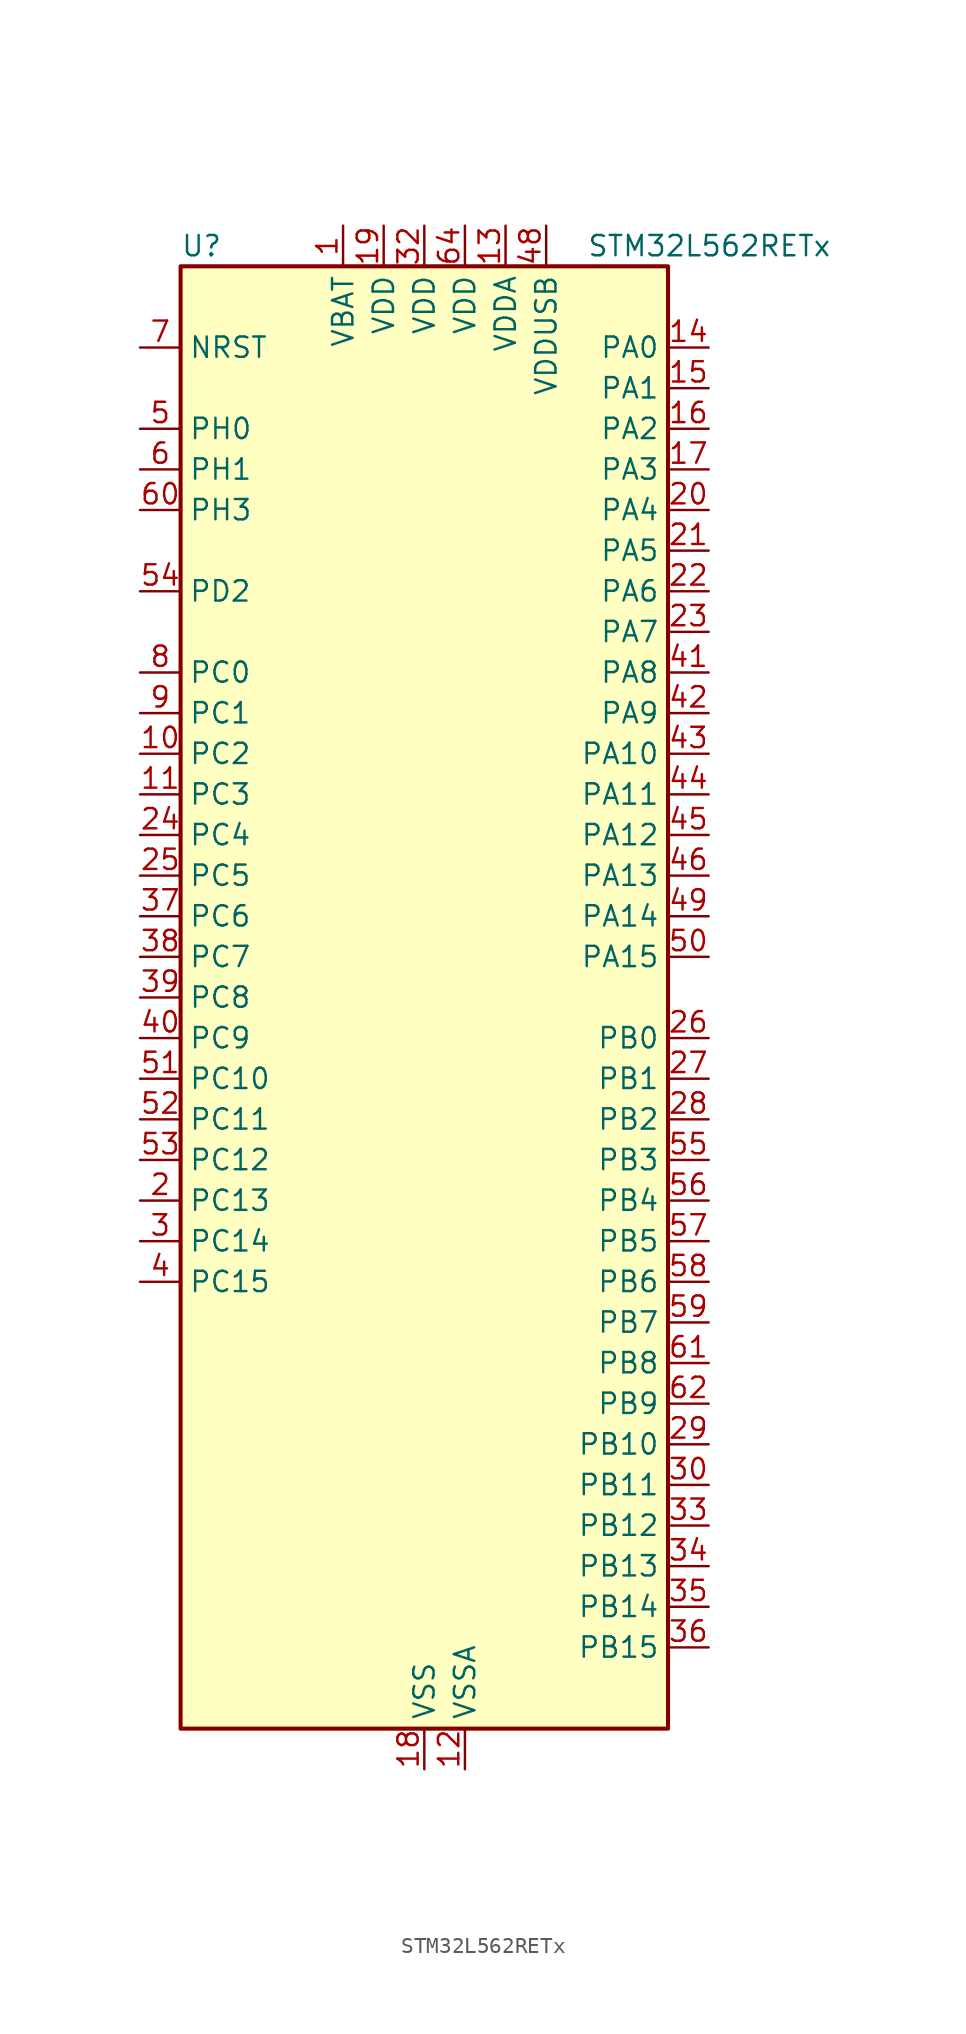
<source format=kicad_sym>
(kicad_symbol_lib
  (version 20241209)
  (generator "kicad_symbol_editor")
  (generator_version "9.0")
  (symbol "STM32L562RETx"
    (property "Reference" "U"
      (at -15.24 46.99 0)
      (effects (font (size 1.27 1.27)) (justify left)))
    (property "Value" "STM32L562RETx"
      (at 10.16 46.99 0)
      (effects (font (size 1.27 1.27)) (justify left)))
    (symbol "STM32L562RETx_0_1"
      (rectangle (start -15.24 -45.72) (end 15.24 45.72) (stroke (width 0.254) (type default)) (fill (type background))))
    (symbol "STM32L562RETx_1_1"
      (pin input line (at -17.78 40.64 0) (length 2.54) (name "NRST" (effects (font (size 1.27 1.27)))) (number "7" (effects (font (size 1.27 1.27)))))
      (pin bidirectional line (at -17.78 35.56 0) (length 2.54) (name "PH0" (effects (font (size 1.27 1.27)))) (number "5" (effects (font (size 1.27 1.27)))) (alternate "RCC_OSC_IN" bidirectional line))
      (pin bidirectional line (at -17.78 33.02 0) (length 2.54) (name "PH1" (effects (font (size 1.27 1.27)))) (number "6" (effects (font (size 1.27 1.27)))) (alternate "RCC_OSC_OUT" bidirectional line))
      (pin bidirectional line (at -17.78 30.48 0) (length 2.54) (name "PH3" (effects (font (size 1.27 1.27)))) (number "60" (effects (font (size 1.27 1.27)))))
      (pin bidirectional line (at -17.78 25.4 0) (length 2.54) (name "PD2" (effects (font (size 1.27 1.27)))) (number "54" (effects (font (size 1.27 1.27)))) (alternate "DEBUG_TRACED2" bidirectional line) (alternate "SDMMC1_CMD" bidirectional line) (alternate "TIM3_ETR" bidirectional line) (alternate "TSC_SYNC" bidirectional line) (alternate "UART5_RX" bidirectional line) (alternate "USART3_DE" bidirectional line) (alternate "USART3_RTS" bidirectional line))
      (pin bidirectional line (at -17.78 20.32 0) (length 2.54) (name "PC0" (effects (font (size 1.27 1.27)))) (number "8" (effects (font (size 1.27 1.27)))) (alternate "ADC1_IN1" bidirectional line) (alternate "ADC2_IN1" bidirectional line) (alternate "I2C3_SCL" bidirectional line) (alternate "LPTIM1_IN1" bidirectional line) (alternate "LPTIM2_IN1" bidirectional line) (alternate "LPUART1_RX" bidirectional line) (alternate "OCTOSPI1_IO7" bidirectional line) (alternate "SAI2_FS_A" bidirectional line) (alternate "SDMMC1_D5" bidirectional line))
      (pin bidirectional line (at -17.78 17.78 0) (length 2.54) (name "PC1" (effects (font (size 1.27 1.27)))) (number "9" (effects (font (size 1.27 1.27)))) (alternate "ADC1_IN2" bidirectional line) (alternate "ADC2_IN2" bidirectional line) (alternate "DEBUG_TRACED0" bidirectional line) (alternate "I2C3_SDA" bidirectional line) (alternate "LPTIM1_OUT" bidirectional line) (alternate "LPUART1_TX" bidirectional line) (alternate "OCTOSPI1_IO4" bidirectional line) (alternate "SAI1_SD_A" bidirectional line) (alternate "SPI2_MOSI" bidirectional line))
      (pin bidirectional line (at -17.78 15.24 0) (length 2.54) (name "PC2" (effects (font (size 1.27 1.27)))) (number "10" (effects (font (size 1.27 1.27)))) (alternate "ADC1_IN3" bidirectional line) (alternate "ADC2_IN3" bidirectional line) (alternate "DFSDM1_CKOUT" bidirectional line) (alternate "LPTIM1_IN2" bidirectional line) (alternate "OCTOSPI1_IO5" bidirectional line) (alternate "SPI2_MISO" bidirectional line))
      (pin bidirectional line (at -17.78 12.7 0) (length 2.54) (name "PC3" (effects (font (size 1.27 1.27)))) (number "11" (effects (font (size 1.27 1.27)))) (alternate "ADC1_IN4" bidirectional line) (alternate "ADC2_IN4" bidirectional line) (alternate "LPTIM1_ETR" bidirectional line) (alternate "LPTIM2_ETR" bidirectional line) (alternate "LPTIM3_OUT" bidirectional line) (alternate "OCTOSPI1_IO6" bidirectional line) (alternate "SAI1_D1" bidirectional line) (alternate "SAI1_SD_A" bidirectional line) (alternate "SPI2_MOSI" bidirectional line))
      (pin bidirectional line (at -17.78 10.16 0) (length 2.54) (name "PC4" (effects (font (size 1.27 1.27)))) (number "24" (effects (font (size 1.27 1.27)))) (alternate "ADC1_IN13" bidirectional line) (alternate "ADC2_IN13" bidirectional line) (alternate "COMP1_INM" bidirectional line) (alternate "OCTOSPI1_IO7" bidirectional line) (alternate "USART3_TX" bidirectional line))
      (pin bidirectional line (at -17.78 7.62 0) (length 2.54) (name "PC5" (effects (font (size 1.27 1.27)))) (number "25" (effects (font (size 1.27 1.27)))) (alternate "ADC1_IN14" bidirectional line) (alternate "ADC2_IN14" bidirectional line) (alternate "COMP1_INP" bidirectional line) (alternate "PWR_WKUP5" bidirectional line) (alternate "SAI1_D3" bidirectional line) (alternate "TAMP_IN4" bidirectional line) (alternate "TAMP_OUT5" bidirectional line) (alternate "USART3_RX" bidirectional line))
      (pin bidirectional line (at -17.78 5.08 0) (length 2.54) (name "PC6" (effects (font (size 1.27 1.27)))) (number "37" (effects (font (size 1.27 1.27)))) (alternate "DFSDM1_CKIN3" bidirectional line) (alternate "SAI2_MCLK_A" bidirectional line) (alternate "SDMMC1_D0DIR" bidirectional line) (alternate "SDMMC1_D6" bidirectional line) (alternate "TIM3_CH1" bidirectional line) (alternate "TIM8_CH1" bidirectional line) (alternate "TSC_G4_IO1" bidirectional line))
      (pin bidirectional line (at -17.78 2.54 0) (length 2.54) (name "PC7" (effects (font (size 1.27 1.27)))) (number "38" (effects (font (size 1.27 1.27)))) (alternate "DFSDM1_DATIN3" bidirectional line) (alternate "SAI2_MCLK_B" bidirectional line) (alternate "SDMMC1_D123DIR" bidirectional line) (alternate "SDMMC1_D7" bidirectional line) (alternate "TIM3_CH2" bidirectional line) (alternate "TIM8_CH2" bidirectional line) (alternate "TSC_G4_IO2" bidirectional line))
      (pin bidirectional line (at -17.78 0 0) (length 2.54) (name "PC8" (effects (font (size 1.27 1.27)))) (number "39" (effects (font (size 1.27 1.27)))) (alternate "SDMMC1_D0" bidirectional line) (alternate "TIM3_CH3" bidirectional line) (alternate "TIM8_CH3" bidirectional line) (alternate "TSC_G4_IO3" bidirectional line))
      (pin bidirectional line (at -17.78 -2.54 0) (length 2.54) (name "PC9" (effects (font (size 1.27 1.27)))) (number "40" (effects (font (size 1.27 1.27)))) (alternate "DAC1_EXTI9" bidirectional line) (alternate "DEBUG_TRACED0" bidirectional line) (alternate "SAI2_EXTCLK" bidirectional line) (alternate "SDMMC1_D1" bidirectional line) (alternate "TIM3_CH4" bidirectional line) (alternate "TIM8_BKIN2" bidirectional line) (alternate "TIM8_CH4" bidirectional line) (alternate "TSC_G4_IO4" bidirectional line) (alternate "USB_NOE" bidirectional line))
      (pin bidirectional line (at -17.78 -5.08 0) (length 2.54) (name "PC10" (effects (font (size 1.27 1.27)))) (number "51" (effects (font (size 1.27 1.27)))) (alternate "DEBUG_TRACED1" bidirectional line) (alternate "LPTIM3_ETR" bidirectional line) (alternate "SAI2_SCK_B" bidirectional line) (alternate "SDMMC1_D2" bidirectional line) (alternate "SPI3_SCK" bidirectional line) (alternate "TSC_G3_IO2" bidirectional line) (alternate "UART4_TX" bidirectional line) (alternate "USART3_TX" bidirectional line))
      (pin bidirectional line (at -17.78 -7.62 0) (length 2.54) (name "PC11" (effects (font (size 1.27 1.27)))) (number "52" (effects (font (size 1.27 1.27)))) (alternate "ADC1_EXTI11" bidirectional line) (alternate "ADC2_EXTI11" bidirectional line) (alternate "LPTIM3_IN1" bidirectional line) (alternate "OCTOSPI1_NCS" bidirectional line) (alternate "SAI2_MCLK_B" bidirectional line) (alternate "SDMMC1_D3" bidirectional line) (alternate "SPI3_MISO" bidirectional line) (alternate "TSC_G3_IO3" bidirectional line) (alternate "UART4_RX" bidirectional line) (alternate "UCPD1_FRSTX2" bidirectional line) (alternate "USART3_RX" bidirectional line))
      (pin bidirectional line (at -17.78 -10.16 0) (length 2.54) (name "PC12" (effects (font (size 1.27 1.27)))) (number "53" (effects (font (size 1.27 1.27)))) (alternate "DEBUG_TRACED3" bidirectional line) (alternate "SAI2_SD_B" bidirectional line) (alternate "SDMMC1_CK" bidirectional line) (alternate "SPI3_MOSI" bidirectional line) (alternate "TSC_G3_IO4" bidirectional line) (alternate "UART5_TX" bidirectional line) (alternate "USART3_CK" bidirectional line))
      (pin bidirectional line (at -17.78 -12.7 0) (length 2.54) (name "PC13" (effects (font (size 1.27 1.27)))) (number "2" (effects (font (size 1.27 1.27)))) (alternate "PWR_WKUP2" bidirectional line) (alternate "RTC_OUT1" bidirectional line) (alternate "RTC_TS" bidirectional line) (alternate "TAMP_IN1" bidirectional line) (alternate "TAMP_OUT2" bidirectional line))
      (pin bidirectional line (at -17.78 -15.24 0) (length 2.54) (name "PC14" (effects (font (size 1.27 1.27)))) (number "3" (effects (font (size 1.27 1.27)))) (alternate "RCC_OSC32_IN" bidirectional line))
      (pin bidirectional line (at -17.78 -17.78 0) (length 2.54) (name "PC15" (effects (font (size 1.27 1.27)))) (number "4" (effects (font (size 1.27 1.27)))) (alternate "ADC1_EXTI15" bidirectional line) (alternate "ADC2_EXTI15" bidirectional line) (alternate "RCC_OSC32_OUT" bidirectional line))
      (pin power_in line (at -5.08 48.26 270) (length 2.54) (name "VBAT" (effects (font (size 1.27 1.27)))) (number "1" (effects (font (size 1.27 1.27)))))
      (pin power_in line (at -2.54 48.26 270) (length 2.54) (name "VDD" (effects (font (size 1.27 1.27)))) (number "19" (effects (font (size 1.27 1.27)))))
      (pin power_in line (at 0 48.26 270) (length 2.54) (name "VDD" (effects (font (size 1.27 1.27)))) (number "32" (effects (font (size 1.27 1.27)))))
      (pin power_in line (at 0 -48.26 90) (length 2.54) (name "VSS" (effects (font (size 1.27 1.27)))) (number "18" (effects (font (size 1.27 1.27)))))
      (pin passive line (at 0 -48.26 90) (length 2.54) (hide yes) (name "VSS" (effects (font (size 1.27 1.27)))) (number "31" (effects (font (size 1.27 1.27)))))
      (pin passive line (at 0 -48.26 90) (length 2.54) (hide yes) (name "VSS" (effects (font (size 1.27 1.27)))) (number "47" (effects (font (size 1.27 1.27)))))
      (pin passive line (at 0 -48.26 90) (length 2.54) (hide yes) (name "VSS" (effects (font (size 1.27 1.27)))) (number "63" (effects (font (size 1.27 1.27)))))
      (pin power_in line (at 2.54 48.26 270) (length 2.54) (name "VDD" (effects (font (size 1.27 1.27)))) (number "64" (effects (font (size 1.27 1.27)))))
      (pin power_in line (at 2.54 -48.26 90) (length 2.54) (name "VSSA" (effects (font (size 1.27 1.27)))) (number "12" (effects (font (size 1.27 1.27)))))
      (pin power_in line (at 5.08 48.26 270) (length 2.54) (name "VDDA" (effects (font (size 1.27 1.27)))) (number "13" (effects (font (size 1.27 1.27)))))
      (pin power_in line (at 7.62 48.26 270) (length 2.54) (name "VDDUSB" (effects (font (size 1.27 1.27)))) (number "48" (effects (font (size 1.27 1.27)))))
      (pin bidirectional line (at 17.78 40.64 180) (length 2.54) (name "PA0" (effects (font (size 1.27 1.27)))) (number "14" (effects (font (size 1.27 1.27)))) (alternate "ADC1_IN5" bidirectional line) (alternate "ADC2_IN5" bidirectional line) (alternate "OPAMP1_VINP" bidirectional line) (alternate "PWR_WKUP1" bidirectional line) (alternate "SAI1_EXTCLK" bidirectional line) (alternate "TAMP_IN2" bidirectional line) (alternate "TAMP_OUT1" bidirectional line) (alternate "TIM2_CH1" bidirectional line) (alternate "TIM2_ETR" bidirectional line) (alternate "TIM5_CH1" bidirectional line) (alternate "TIM8_ETR" bidirectional line) (alternate "UART4_TX" bidirectional line) (alternate "USART2_CTS" bidirectional line) (alternate "USART2_NSS" bidirectional line))
      (pin bidirectional line (at 17.78 38.1 180) (length 2.54) (name "PA1" (effects (font (size 1.27 1.27)))) (number "15" (effects (font (size 1.27 1.27)))) (alternate "ADC1_IN6" bidirectional line) (alternate "ADC2_IN6" bidirectional line) (alternate "I2C1_SMBA" bidirectional line) (alternate "OCTOSPI1_DQS" bidirectional line) (alternate "OPAMP1_VINM" bidirectional line) (alternate "SPI1_SCK" bidirectional line) (alternate "TAMP_IN5" bidirectional line) (alternate "TAMP_OUT4" bidirectional line) (alternate "TIM15_CH1N" bidirectional line) (alternate "TIM2_CH2" bidirectional line) (alternate "TIM5_CH2" bidirectional line) (alternate "UART4_RX" bidirectional line) (alternate "USART2_DE" bidirectional line) (alternate "USART2_RTS" bidirectional line))
      (pin bidirectional line (at 17.78 35.56 180) (length 2.54) (name "PA2" (effects (font (size 1.27 1.27)))) (number "16" (effects (font (size 1.27 1.27)))) (alternate "ADC1_IN7" bidirectional line) (alternate "ADC2_IN7" bidirectional line) (alternate "COMP1_INP" bidirectional line) (alternate "LPUART1_TX" bidirectional line) (alternate "OCTOSPI1_NCS" bidirectional line) (alternate "PWR_WKUP4" bidirectional line) (alternate "RCC_LSCO" bidirectional line) (alternate "SAI2_EXTCLK" bidirectional line) (alternate "TIM15_CH1" bidirectional line) (alternate "TIM2_CH3" bidirectional line) (alternate "TIM5_CH3" bidirectional line) (alternate "UCPD1_FRSTX1" bidirectional line) (alternate "USART2_TX" bidirectional line))
      (pin bidirectional line (at 17.78 33.02 180) (length 2.54) (name "PA3" (effects (font (size 1.27 1.27)))) (number "17" (effects (font (size 1.27 1.27)))) (alternate "ADC1_IN8" bidirectional line) (alternate "ADC2_IN8" bidirectional line) (alternate "LPUART1_RX" bidirectional line) (alternate "OCTOSPI1_CLK" bidirectional line) (alternate "OPAMP1_VOUT" bidirectional line) (alternate "SAI1_CK1" bidirectional line) (alternate "SAI1_MCLK_A" bidirectional line) (alternate "TIM15_CH2" bidirectional line) (alternate "TIM2_CH4" bidirectional line) (alternate "TIM5_CH4" bidirectional line) (alternate "USART2_RX" bidirectional line))
      (pin bidirectional line (at 17.78 30.48 180) (length 2.54) (name "PA4" (effects (font (size 1.27 1.27)))) (number "20" (effects (font (size 1.27 1.27)))) (alternate "ADC1_IN9" bidirectional line) (alternate "ADC2_IN9" bidirectional line) (alternate "DAC1_OUT1" bidirectional line) (alternate "LPTIM2_OUT" bidirectional line) (alternate "OCTOSPI1_NCS" bidirectional line) (alternate "SAI1_FS_B" bidirectional line) (alternate "SPI1_NSS" bidirectional line) (alternate "SPI3_NSS" bidirectional line) (alternate "USART2_CK" bidirectional line))
      (pin bidirectional line (at 17.78 27.94 180) (length 2.54) (name "PA5" (effects (font (size 1.27 1.27)))) (number "21" (effects (font (size 1.27 1.27)))) (alternate "ADC1_IN10" bidirectional line) (alternate "ADC2_IN10" bidirectional line) (alternate "DAC1_OUT2" bidirectional line) (alternate "LPTIM2_ETR" bidirectional line) (alternate "SPI1_SCK" bidirectional line) (alternate "TIM2_CH1" bidirectional line) (alternate "TIM2_ETR" bidirectional line) (alternate "TIM8_CH1N" bidirectional line))
      (pin bidirectional line (at 17.78 25.4 180) (length 2.54) (name "PA6" (effects (font (size 1.27 1.27)))) (number "22" (effects (font (size 1.27 1.27)))) (alternate "ADC1_IN11" bidirectional line) (alternate "ADC2_IN11" bidirectional line) (alternate "LPUART1_CTS" bidirectional line) (alternate "OCTOSPI1_IO3" bidirectional line) (alternate "OPAMP2_VINP" bidirectional line) (alternate "SPI1_MISO" bidirectional line) (alternate "TIM16_CH1" bidirectional line) (alternate "TIM1_BKIN" bidirectional line) (alternate "TIM3_CH1" bidirectional line) (alternate "TIM8_BKIN" bidirectional line) (alternate "USART3_CTS" bidirectional line) (alternate "USART3_NSS" bidirectional line))
      (pin bidirectional line (at 17.78 22.86 180) (length 2.54) (name "PA7" (effects (font (size 1.27 1.27)))) (number "23" (effects (font (size 1.27 1.27)))) (alternate "ADC1_IN12" bidirectional line) (alternate "ADC2_IN12" bidirectional line) (alternate "I2C3_SCL" bidirectional line) (alternate "OCTOSPI1_IO2" bidirectional line) (alternate "OPAMP2_VINM" bidirectional line) (alternate "SPI1_MOSI" bidirectional line) (alternate "TIM17_CH1" bidirectional line) (alternate "TIM1_CH1N" bidirectional line) (alternate "TIM3_CH2" bidirectional line) (alternate "TIM8_CH1N" bidirectional line))
      (pin bidirectional line (at 17.78 20.32 180) (length 2.54) (name "PA8" (effects (font (size 1.27 1.27)))) (number "41" (effects (font (size 1.27 1.27)))) (alternate "LPTIM2_OUT" bidirectional line) (alternate "RCC_MCO" bidirectional line) (alternate "SAI1_CK2" bidirectional line) (alternate "SAI1_SCK_A" bidirectional line) (alternate "TIM1_CH1" bidirectional line) (alternate "USART1_CK" bidirectional line))
      (pin bidirectional line (at 17.78 17.78 180) (length 2.54) (name "PA9" (effects (font (size 1.27 1.27)))) (number "42" (effects (font (size 1.27 1.27)))) (alternate "DAC1_EXTI9" bidirectional line) (alternate "SAI1_FS_A" bidirectional line) (alternate "SPI2_SCK" bidirectional line) (alternate "TIM15_BKIN" bidirectional line) (alternate "TIM1_CH2" bidirectional line) (alternate "USART1_TX" bidirectional line))
      (pin bidirectional line (at 17.78 15.24 180) (length 2.54) (name "PA10" (effects (font (size 1.27 1.27)))) (number "43" (effects (font (size 1.27 1.27)))) (alternate "CRS_SYNC" bidirectional line) (alternate "SAI1_D1" bidirectional line) (alternate "SAI1_SD_A" bidirectional line) (alternate "TIM17_BKIN" bidirectional line) (alternate "TIM1_CH3" bidirectional line) (alternate "USART1_RX" bidirectional line))
      (pin bidirectional line (at 17.78 12.7 180) (length 2.54) (name "PA11" (effects (font (size 1.27 1.27)))) (number "44" (effects (font (size 1.27 1.27)))) (alternate "ADC1_EXTI11" bidirectional line) (alternate "ADC2_EXTI11" bidirectional line) (alternate "FDCAN1_RX" bidirectional line) (alternate "SPI1_MISO" bidirectional line) (alternate "TIM1_BKIN2" bidirectional line) (alternate "TIM1_CH4" bidirectional line) (alternate "USART1_CTS" bidirectional line) (alternate "USART1_NSS" bidirectional line) (alternate "USB_DM" bidirectional line))
      (pin bidirectional line (at 17.78 10.16 180) (length 2.54) (name "PA12" (effects (font (size 1.27 1.27)))) (number "45" (effects (font (size 1.27 1.27)))) (alternate "FDCAN1_TX" bidirectional line) (alternate "SPI1_MOSI" bidirectional line) (alternate "TIM1_ETR" bidirectional line) (alternate "USART1_DE" bidirectional line) (alternate "USART1_RTS" bidirectional line) (alternate "USB_DP" bidirectional line))
      (pin bidirectional line (at 17.78 7.62 180) (length 2.54) (name "PA13" (effects (font (size 1.27 1.27)))) (number "46" (effects (font (size 1.27 1.27)))) (alternate "DEBUG_JTMS-SWDIO" bidirectional line) (alternate "IR_OUT" bidirectional line) (alternate "SAI1_SD_B" bidirectional line) (alternate "USB_NOE" bidirectional line))
      (pin bidirectional line (at 17.78 5.08 180) (length 2.54) (name "PA14" (effects (font (size 1.27 1.27)))) (number "49" (effects (font (size 1.27 1.27)))) (alternate "DEBUG_JTCK-SWCLK" bidirectional line) (alternate "I2C1_SMBA" bidirectional line) (alternate "I2C4_SMBA" bidirectional line) (alternate "LPTIM1_OUT" bidirectional line) (alternate "SAI1_FS_B" bidirectional line))
      (pin bidirectional line (at 17.78 2.54 180) (length 2.54) (name "PA15" (effects (font (size 1.27 1.27)))) (number "50" (effects (font (size 1.27 1.27)))) (alternate "ADC1_EXTI15" bidirectional line) (alternate "ADC2_EXTI15" bidirectional line) (alternate "DEBUG_JTDI" bidirectional line) (alternate "SAI2_FS_B" bidirectional line) (alternate "SPI1_NSS" bidirectional line) (alternate "SPI3_NSS" bidirectional line) (alternate "TIM2_CH1" bidirectional line) (alternate "TIM2_ETR" bidirectional line) (alternate "UART4_DE" bidirectional line) (alternate "UART4_RTS" bidirectional line) (alternate "UCPD1_CC1" bidirectional line) (alternate "USART2_RX" bidirectional line) (alternate "USART3_DE" bidirectional line) (alternate "USART3_RTS" bidirectional line))
      (pin bidirectional line (at 17.78 -2.54 180) (length 2.54) (name "PB0" (effects (font (size 1.27 1.27)))) (number "26" (effects (font (size 1.27 1.27)))) (alternate "ADC1_IN15" bidirectional line) (alternate "ADC2_IN15" bidirectional line) (alternate "COMP1_OUT" bidirectional line) (alternate "OCTOSPI1_IO1" bidirectional line) (alternate "OPAMP2_VOUT" bidirectional line) (alternate "SAI1_EXTCLK" bidirectional line) (alternate "SPI1_NSS" bidirectional line) (alternate "TIM1_CH2N" bidirectional line) (alternate "TIM3_CH3" bidirectional line) (alternate "TIM8_CH2N" bidirectional line) (alternate "USART3_CK" bidirectional line))
      (pin bidirectional line (at 17.78 -5.08 180) (length 2.54) (name "PB1" (effects (font (size 1.27 1.27)))) (number "27" (effects (font (size 1.27 1.27)))) (alternate "ADC1_IN16" bidirectional line) (alternate "ADC2_IN16" bidirectional line) (alternate "COMP1_INM" bidirectional line) (alternate "DFSDM1_DATIN0" bidirectional line) (alternate "LPTIM2_IN1" bidirectional line) (alternate "LPUART1_DE" bidirectional line) (alternate "LPUART1_RTS" bidirectional line) (alternate "OCTOSPI1_IO0" bidirectional line) (alternate "TIM1_CH3N" bidirectional line) (alternate "TIM3_CH4" bidirectional line) (alternate "TIM8_CH3N" bidirectional line) (alternate "USART3_DE" bidirectional line) (alternate "USART3_RTS" bidirectional line))
      (pin bidirectional line (at 17.78 -7.62 180) (length 2.54) (name "PB2" (effects (font (size 1.27 1.27)))) (number "28" (effects (font (size 1.27 1.27)))) (alternate "COMP1_INP" bidirectional line) (alternate "DFSDM1_CKIN0" bidirectional line) (alternate "I2C3_SMBA" bidirectional line) (alternate "LPTIM1_OUT" bidirectional line) (alternate "OCTOSPI1_DQS" bidirectional line) (alternate "RTC_OUT2" bidirectional line) (alternate "UCPD1_FRSTX1" bidirectional line))
      (pin bidirectional line (at 17.78 -10.16 180) (length 2.54) (name "PB3" (effects (font (size 1.27 1.27)))) (number "55" (effects (font (size 1.27 1.27)))) (alternate "COMP2_INM" bidirectional line) (alternate "CRS_SYNC" bidirectional line) (alternate "DEBUG_JTDO-SWO" bidirectional line) (alternate "SAI1_SCK_B" bidirectional line) (alternate "SPI1_SCK" bidirectional line) (alternate "SPI3_SCK" bidirectional line) (alternate "TIM2_CH2" bidirectional line) (alternate "USART1_DE" bidirectional line) (alternate "USART1_RTS" bidirectional line))
      (pin bidirectional line (at 17.78 -12.7 180) (length 2.54) (name "PB4" (effects (font (size 1.27 1.27)))) (number "56" (effects (font (size 1.27 1.27)))) (alternate "COMP2_INP" bidirectional line) (alternate "DEBUG_JTRST" bidirectional line) (alternate "I2C3_SDA" bidirectional line) (alternate "SAI1_MCLK_B" bidirectional line) (alternate "SPI1_MISO" bidirectional line) (alternate "SPI3_MISO" bidirectional line) (alternate "TIM17_BKIN" bidirectional line) (alternate "TIM3_CH1" bidirectional line) (alternate "TSC_G2_IO1" bidirectional line) (alternate "UART5_DE" bidirectional line) (alternate "UART5_RTS" bidirectional line) (alternate "USART1_CTS" bidirectional line) (alternate "USART1_NSS" bidirectional line))
      (pin bidirectional line (at 17.78 -15.24 180) (length 2.54) (name "PB5" (effects (font (size 1.27 1.27)))) (number "57" (effects (font (size 1.27 1.27)))) (alternate "COMP2_OUT" bidirectional line) (alternate "I2C1_SMBA" bidirectional line) (alternate "LPTIM1_IN1" bidirectional line) (alternate "OCTOSPI1_NCLK" bidirectional line) (alternate "SAI1_SD_B" bidirectional line) (alternate "SPI1_MOSI" bidirectional line) (alternate "SPI3_MOSI" bidirectional line) (alternate "TIM16_BKIN" bidirectional line) (alternate "TIM3_CH2" bidirectional line) (alternate "TSC_G2_IO2" bidirectional line) (alternate "UART5_CTS" bidirectional line) (alternate "UCPD1_DBCC1" bidirectional line) (alternate "USART1_CK" bidirectional line))
      (pin bidirectional line (at 17.78 -17.78 180) (length 2.54) (name "PB6" (effects (font (size 1.27 1.27)))) (number "58" (effects (font (size 1.27 1.27)))) (alternate "COMP2_INP" bidirectional line) (alternate "I2C1_SCL" bidirectional line) (alternate "I2C4_SCL" bidirectional line) (alternate "LPTIM1_ETR" bidirectional line) (alternate "SAI1_FS_B" bidirectional line) (alternate "TIM16_CH1N" bidirectional line) (alternate "TIM4_CH1" bidirectional line) (alternate "TIM8_BKIN2" bidirectional line) (alternate "TSC_G2_IO3" bidirectional line) (alternate "USART1_TX" bidirectional line))
      (pin bidirectional line (at 17.78 -20.32 180) (length 2.54) (name "PB7" (effects (font (size 1.27 1.27)))) (number "59" (effects (font (size 1.27 1.27)))) (alternate "COMP2_INM" bidirectional line) (alternate "I2C1_SDA" bidirectional line) (alternate "I2C4_SDA" bidirectional line) (alternate "LPTIM1_IN2" bidirectional line) (alternate "PWR_PVD_IN" bidirectional line) (alternate "TIM17_CH1N" bidirectional line) (alternate "TIM4_CH2" bidirectional line) (alternate "TIM8_BKIN" bidirectional line) (alternate "TSC_G2_IO4" bidirectional line) (alternate "UART4_CTS" bidirectional line) (alternate "USART1_RX" bidirectional line))
      (pin bidirectional line (at 17.78 -22.86 180) (length 2.54) (name "PB8" (effects (font (size 1.27 1.27)))) (number "61" (effects (font (size 1.27 1.27)))) (alternate "DFSDM1_CKOUT" bidirectional line) (alternate "FDCAN1_RX" bidirectional line) (alternate "I2C1_SCL" bidirectional line) (alternate "SAI1_CK1" bidirectional line) (alternate "SAI1_MCLK_A" bidirectional line) (alternate "SDMMC1_CKIN" bidirectional line) (alternate "SDMMC1_D4" bidirectional line) (alternate "TIM16_CH1" bidirectional line) (alternate "TIM4_CH3" bidirectional line))
      (pin bidirectional line (at 17.78 -25.4 180) (length 2.54) (name "PB9" (effects (font (size 1.27 1.27)))) (number "62" (effects (font (size 1.27 1.27)))) (alternate "DAC1_EXTI9" bidirectional line) (alternate "FDCAN1_TX" bidirectional line) (alternate "I2C1_SDA" bidirectional line) (alternate "IR_OUT" bidirectional line) (alternate "SAI1_D2" bidirectional line) (alternate "SAI1_FS_A" bidirectional line) (alternate "SDMMC1_CDIR" bidirectional line) (alternate "SDMMC1_D5" bidirectional line) (alternate "SPI2_NSS" bidirectional line) (alternate "TIM17_CH1" bidirectional line) (alternate "TIM4_CH4" bidirectional line))
      (pin bidirectional line (at 17.78 -27.94 180) (length 2.54) (name "PB10" (effects (font (size 1.27 1.27)))) (number "29" (effects (font (size 1.27 1.27)))) (alternate "COMP1_OUT" bidirectional line) (alternate "I2C2_SCL" bidirectional line) (alternate "I2C4_SCL" bidirectional line) (alternate "LPTIM3_OUT" bidirectional line) (alternate "LPUART1_RX" bidirectional line) (alternate "OCTOSPI1_CLK" bidirectional line) (alternate "SAI1_SCK_A" bidirectional line) (alternate "SPI2_SCK" bidirectional line) (alternate "TIM2_CH3" bidirectional line) (alternate "TSC_SYNC" bidirectional line) (alternate "USART3_TX" bidirectional line))
      (pin bidirectional line (at 17.78 -30.48 180) (length 2.54) (name "PB11" (effects (font (size 1.27 1.27)))) (number "30" (effects (font (size 1.27 1.27)))) (alternate "ADC1_EXTI11" bidirectional line) (alternate "ADC2_EXTI11" bidirectional line) (alternate "COMP2_OUT" bidirectional line) (alternate "I2C2_SDA" bidirectional line) (alternate "I2C4_SDA" bidirectional line) (alternate "LPUART1_TX" bidirectional line) (alternate "OCTOSPI1_NCS" bidirectional line) (alternate "TIM2_CH4" bidirectional line) (alternate "USART3_RX" bidirectional line))
      (pin bidirectional line (at 17.78 -33.02 180) (length 2.54) (name "PB12" (effects (font (size 1.27 1.27)))) (number "33" (effects (font (size 1.27 1.27)))) (alternate "DFSDM1_DATIN1" bidirectional line) (alternate "I2C2_SMBA" bidirectional line) (alternate "LPUART1_DE" bidirectional line) (alternate "LPUART1_RTS" bidirectional line) (alternate "OCTOSPI1_NCLK" bidirectional line) (alternate "SAI2_FS_A" bidirectional line) (alternate "SPI2_NSS" bidirectional line) (alternate "TIM15_BKIN" bidirectional line) (alternate "TIM1_BKIN" bidirectional line) (alternate "TSC_G1_IO1" bidirectional line) (alternate "USART3_CK" bidirectional line))
      (pin bidirectional line (at 17.78 -35.56 180) (length 2.54) (name "PB13" (effects (font (size 1.27 1.27)))) (number "34" (effects (font (size 1.27 1.27)))) (alternate "DFSDM1_CKIN1" bidirectional line) (alternate "I2C2_SCL" bidirectional line) (alternate "LPTIM3_IN1" bidirectional line) (alternate "LPUART1_CTS" bidirectional line) (alternate "SAI2_SCK_A" bidirectional line) (alternate "SPI2_SCK" bidirectional line) (alternate "TIM15_CH1N" bidirectional line) (alternate "TIM1_CH1N" bidirectional line) (alternate "TSC_G1_IO2" bidirectional line) (alternate "UCPD1_FRSTX2" bidirectional line) (alternate "USART3_CTS" bidirectional line) (alternate "USART3_NSS" bidirectional line))
      (pin bidirectional line (at 17.78 -38.1 180) (length 2.54) (name "PB14" (effects (font (size 1.27 1.27)))) (number "35" (effects (font (size 1.27 1.27)))) (alternate "DFSDM1_DATIN2" bidirectional line) (alternate "I2C2_SDA" bidirectional line) (alternate "LPTIM3_ETR" bidirectional line) (alternate "SAI2_MCLK_A" bidirectional line) (alternate "SPI2_MISO" bidirectional line) (alternate "TIM15_CH1" bidirectional line) (alternate "TIM1_CH2N" bidirectional line) (alternate "TIM8_CH2N" bidirectional line) (alternate "TSC_G1_IO3" bidirectional line) (alternate "UCPD1_DBCC2" bidirectional line) (alternate "USART3_DE" bidirectional line) (alternate "USART3_RTS" bidirectional line))
      (pin bidirectional line (at 17.78 -40.64 180) (length 2.54) (name "PB15" (effects (font (size 1.27 1.27)))) (number "36" (effects (font (size 1.27 1.27)))) (alternate "ADC1_EXTI15" bidirectional line) (alternate "ADC2_EXTI15" bidirectional line) (alternate "DFSDM1_CKIN2" bidirectional line) (alternate "RTC_REFIN" bidirectional line) (alternate "SAI2_SD_A" bidirectional line) (alternate "SPI2_MOSI" bidirectional line) (alternate "TIM15_CH2" bidirectional line) (alternate "TIM1_CH3N" bidirectional line) (alternate "TIM8_CH3N" bidirectional line) (alternate "UCPD1_CC2" bidirectional line)))))
</source>
